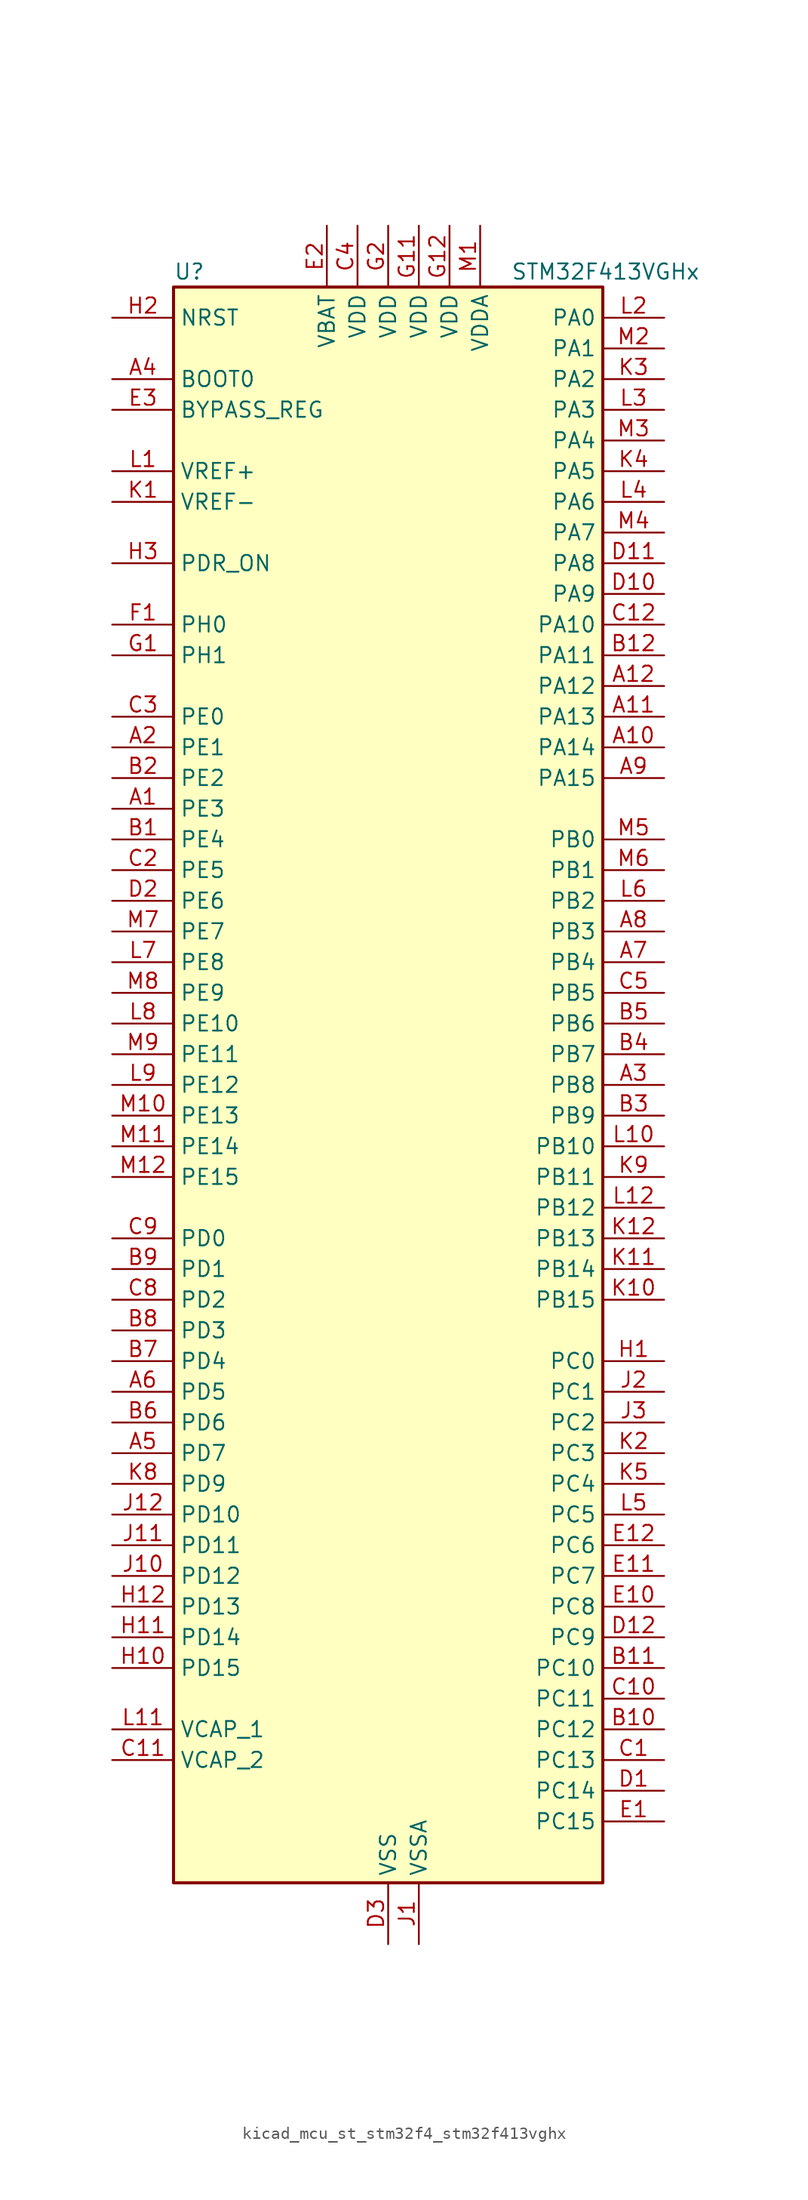
<source format=kicad_sym>
(kicad_symbol_lib
  (version 20220914)
  (generator kicad_symbol_editor)
  (symbol "kicad_mcu_st_stm32f4_stm32f413vghx"
    (property "Reference" "U"
      (at -17.78 67.31 0)
      (effects (font (size 1.27 1.27)) (justify left)))
    (property "Value" "STM32F413VGHx"
      (at 10.16 67.31 0)
      (effects (font (size 1.27 1.27)) (justify left)))
    (property "ki_locked" ""
      (at 0 0 0)
      (effects (font (size 1.27 1.27))))
    (symbol "kicad_mcu_st_stm32f4_stm32f413vghx_0_1"
      (rectangle (start -17.78 -66.04) (end 17.78 66.04) (stroke (width 0.254) (type default)) (fill (type background))))
    (symbol "kicad_mcu_st_stm32f4_stm32f413vghx_1_1"
      (pin bidirectional line (at -22.86 22.86 0) (length 5.08) (name "PE3" (effects (font (size 1.27 1.27)))) (number "A1" (effects (font (size 1.27 1.27)))) (alternate "FSMC_A19" bidirectional line) (alternate "SAI1_SD_B" bidirectional line) (alternate "SYS_TRACED0" bidirectional line) (alternate "UART10_TX" bidirectional line))
      (pin bidirectional line (at 22.86 27.94 180) (length 5.08) (name "PA14" (effects (font (size 1.27 1.27)))) (number "A10" (effects (font (size 1.27 1.27)))) (alternate "SYS_JTCK-SWCLK" bidirectional line))
      (pin bidirectional line (at 22.86 30.48 180) (length 5.08) (name "PA13" (effects (font (size 1.27 1.27)))) (number "A11" (effects (font (size 1.27 1.27)))) (alternate "SYS_JTMS-SWDIO" bidirectional line))
      (pin bidirectional line (at 22.86 33.02 180) (length 5.08) (name "PA12" (effects (font (size 1.27 1.27)))) (number "A12" (effects (font (size 1.27 1.27)))) (alternate "CAN1_TX" bidirectional line) (alternate "DFSDM2_DATIN5" bidirectional line) (alternate "SPI2_MISO" bidirectional line) (alternate "SPI5_MISO" bidirectional line) (alternate "TIM1_ETR" bidirectional line) (alternate "UART4_TX" bidirectional line) (alternate "USART1_RTS" bidirectional line) (alternate "USART6_RX" bidirectional line) (alternate "USB_OTG_FS_DP" bidirectional line))
      (pin bidirectional line (at -22.86 27.94 0) (length 5.08) (name "PE1" (effects (font (size 1.27 1.27)))) (number "A2" (effects (font (size 1.27 1.27)))) (alternate "DFSDM2_DATIN4" bidirectional line) (alternate "FSMC_NBL1" bidirectional line) (alternate "UART8_TX" bidirectional line))
      (pin bidirectional line (at 22.86 0 180) (length 5.08) (name "PB8" (effects (font (size 1.27 1.27)))) (number "A3" (effects (font (size 1.27 1.27)))) (alternate "CAN1_RX" bidirectional line) (alternate "DFSDM2_CKIN1" bidirectional line) (alternate "I2C1_SCL" bidirectional line) (alternate "I2C3_SDA" bidirectional line) (alternate "I2S5_SD" bidirectional line) (alternate "LPTIM1_OUT" bidirectional line) (alternate "SDIO_D4" bidirectional line) (alternate "SPI5_MOSI" bidirectional line) (alternate "TIM10_CH1" bidirectional line) (alternate "TIM4_CH3" bidirectional line) (alternate "UART5_RX" bidirectional line))
      (pin input line (at -22.86 58.42 0) (length 5.08) (name "BOOT0" (effects (font (size 1.27 1.27)))) (number "A4" (effects (font (size 1.27 1.27)))))
      (pin bidirectional line (at -22.86 -30.48 0) (length 5.08) (name "PD7" (effects (font (size 1.27 1.27)))) (number "A5" (effects (font (size 1.27 1.27)))) (alternate "DFSDM1_CKIN1" bidirectional line) (alternate "FSMC_NE1" bidirectional line) (alternate "USART2_CK" bidirectional line))
      (pin bidirectional line (at -22.86 -25.4 0) (length 5.08) (name "PD5" (effects (font (size 1.27 1.27)))) (number "A6" (effects (font (size 1.27 1.27)))) (alternate "DFSDM2_CKOUT" bidirectional line) (alternate "FSMC_NWE" bidirectional line) (alternate "USART2_TX" bidirectional line))
      (pin bidirectional line (at 22.86 10.16 180) (length 5.08) (name "PB4" (effects (font (size 1.27 1.27)))) (number "A7" (effects (font (size 1.27 1.27)))) (alternate "CAN3_TX" bidirectional line) (alternate "I2C3_SDA" bidirectional line) (alternate "I2S3_ext_SD" bidirectional line) (alternate "SAI1_SCK_A" bidirectional line) (alternate "SDIO_D0" bidirectional line) (alternate "SPI1_MISO" bidirectional line) (alternate "SPI3_MISO" bidirectional line) (alternate "SYS_JTRST" bidirectional line) (alternate "TIM3_CH1" bidirectional line) (alternate "UART7_TX" bidirectional line))
      (pin bidirectional line (at 22.86 12.7 180) (length 5.08) (name "PB3" (effects (font (size 1.27 1.27)))) (number "A8" (effects (font (size 1.27 1.27)))) (alternate "CAN3_RX" bidirectional line) (alternate "FMPI2C1_SDA" bidirectional line) (alternate "I2C2_SDA" bidirectional line) (alternate "I2S1_CK" bidirectional line) (alternate "I2S3_CK" bidirectional line) (alternate "SAI1_SD_A" bidirectional line) (alternate "SPI1_SCK" bidirectional line) (alternate "SPI3_SCK" bidirectional line) (alternate "SYS_JTDO-SWO" bidirectional line) (alternate "TIM2_CH2" bidirectional line) (alternate "UART7_RX" bidirectional line) (alternate "USART1_RX" bidirectional line))
      (pin bidirectional line (at 22.86 25.4 180) (length 5.08) (name "PA15" (effects (font (size 1.27 1.27)))) (number "A9" (effects (font (size 1.27 1.27)))) (alternate "ADC1_EXTI15" bidirectional line) (alternate "CAN3_TX" bidirectional line) (alternate "I2S1_WS" bidirectional line) (alternate "I2S3_WS" bidirectional line) (alternate "SAI1_MCLK_A" bidirectional line) (alternate "SPI1_NSS" bidirectional line) (alternate "SPI3_NSS" bidirectional line) (alternate "SYS_JTDI" bidirectional line) (alternate "TIM2_CH1" bidirectional line) (alternate "TIM2_ETR" bidirectional line) (alternate "UART7_TX" bidirectional line) (alternate "USART1_TX" bidirectional line))
      (pin bidirectional line (at -22.86 20.32 0) (length 5.08) (name "PE4" (effects (font (size 1.27 1.27)))) (number "B1" (effects (font (size 1.27 1.27)))) (alternate "DFSDM1_DATIN3" bidirectional line) (alternate "FSMC_A20" bidirectional line) (alternate "I2S4_WS" bidirectional line) (alternate "I2S5_WS" bidirectional line) (alternate "SAI1_SD_A" bidirectional line) (alternate "SPI4_NSS" bidirectional line) (alternate "SPI5_NSS" bidirectional line) (alternate "SYS_TRACED1" bidirectional line))
      (pin bidirectional line (at 22.86 -53.34 180) (length 5.08) (name "PC12" (effects (font (size 1.27 1.27)))) (number "B10" (effects (font (size 1.27 1.27)))) (alternate "FSMC_D3" bidirectional line) (alternate "FSMC_DA3" bidirectional line) (alternate "I2S3_SD" bidirectional line) (alternate "SDIO_CK" bidirectional line) (alternate "SPI3_MOSI" bidirectional line) (alternate "UART5_TX" bidirectional line) (alternate "USART3_CK" bidirectional line))
      (pin bidirectional line (at 22.86 -48.26 180) (length 5.08) (name "PC10" (effects (font (size 1.27 1.27)))) (number "B11" (effects (font (size 1.27 1.27)))) (alternate "DFSDM2_CKIN5" bidirectional line) (alternate "I2S3_CK" bidirectional line) (alternate "QUADSPI_BK1_IO1" bidirectional line) (alternate "SDIO_D2" bidirectional line) (alternate "SPI3_SCK" bidirectional line) (alternate "USART3_TX" bidirectional line))
      (pin bidirectional line (at 22.86 35.56 180) (length 5.08) (name "PA11" (effects (font (size 1.27 1.27)))) (number "B12" (effects (font (size 1.27 1.27)))) (alternate "ADC1_EXTI11" bidirectional line) (alternate "CAN1_RX" bidirectional line) (alternate "DFSDM2_CKIN5" bidirectional line) (alternate "I2S2_WS" bidirectional line) (alternate "SPI2_NSS" bidirectional line) (alternate "SPI4_MISO" bidirectional line) (alternate "TIM1_CH4" bidirectional line) (alternate "UART4_RX" bidirectional line) (alternate "USART1_CTS" bidirectional line) (alternate "USART6_TX" bidirectional line) (alternate "USB_OTG_FS_DM" bidirectional line))
      (pin bidirectional line (at -22.86 25.4 0) (length 5.08) (name "PE2" (effects (font (size 1.27 1.27)))) (number "B2" (effects (font (size 1.27 1.27)))) (alternate "FSMC_A23" bidirectional line) (alternate "I2S4_CK" bidirectional line) (alternate "I2S5_CK" bidirectional line) (alternate "QUADSPI_BK1_IO2" bidirectional line) (alternate "SAI1_MCLK_A" bidirectional line) (alternate "SPI4_SCK" bidirectional line) (alternate "SPI5_SCK" bidirectional line) (alternate "SYS_TRACECLK" bidirectional line) (alternate "UART10_RX" bidirectional line))
      (pin bidirectional line (at 22.86 -2.54 180) (length 5.08) (name "PB9" (effects (font (size 1.27 1.27)))) (number "B3" (effects (font (size 1.27 1.27)))) (alternate "CAN1_TX" bidirectional line) (alternate "DAC_EXTI9" bidirectional line) (alternate "DFSDM2_DATIN1" bidirectional line) (alternate "I2C1_SDA" bidirectional line) (alternate "I2C2_SDA" bidirectional line) (alternate "I2S2_WS" bidirectional line) (alternate "SDIO_D5" bidirectional line) (alternate "SPI2_NSS" bidirectional line) (alternate "TIM11_CH1" bidirectional line) (alternate "TIM4_CH4" bidirectional line) (alternate "UART5_TX" bidirectional line))
      (pin bidirectional line (at 22.86 2.54 180) (length 5.08) (name "PB7" (effects (font (size 1.27 1.27)))) (number "B4" (effects (font (size 1.27 1.27)))) (alternate "DFSDM2_DATIN7" bidirectional line) (alternate "FSMC_NL" bidirectional line) (alternate "I2C1_SDA" bidirectional line) (alternate "LPTIM1_IN2" bidirectional line) (alternate "TIM4_CH2" bidirectional line) (alternate "USART1_RX" bidirectional line))
      (pin bidirectional line (at 22.86 5.08 180) (length 5.08) (name "PB6" (effects (font (size 1.27 1.27)))) (number "B5" (effects (font (size 1.27 1.27)))) (alternate "CAN2_TX" bidirectional line) (alternate "DFSDM2_CKIN7" bidirectional line) (alternate "I2C1_SCL" bidirectional line) (alternate "LPTIM1_ETR" bidirectional line) (alternate "QUADSPI_BK1_NCS" bidirectional line) (alternate "SDIO_D0" bidirectional line) (alternate "TIM4_CH1" bidirectional line) (alternate "UART5_TX" bidirectional line) (alternate "USART1_TX" bidirectional line))
      (pin bidirectional line (at -22.86 -27.94 0) (length 5.08) (name "PD6" (effects (font (size 1.27 1.27)))) (number "B6" (effects (font (size 1.27 1.27)))) (alternate "DFSDM1_DATIN1" bidirectional line) (alternate "FSMC_NWAIT" bidirectional line) (alternate "I2S3_SD" bidirectional line) (alternate "SPI3_MOSI" bidirectional line) (alternate "USART2_RX" bidirectional line))
      (pin bidirectional line (at -22.86 -22.86 0) (length 5.08) (name "PD4" (effects (font (size 1.27 1.27)))) (number "B7" (effects (font (size 1.27 1.27)))) (alternate "DFSDM1_CKIN0" bidirectional line) (alternate "FSMC_NOE" bidirectional line) (alternate "USART2_RTS" bidirectional line))
      (pin bidirectional line (at -22.86 -20.32 0) (length 5.08) (name "PD3" (effects (font (size 1.27 1.27)))) (number "B8" (effects (font (size 1.27 1.27)))) (alternate "DFSDM1_DATIN0" bidirectional line) (alternate "FSMC_CLK" bidirectional line) (alternate "I2S2_CK" bidirectional line) (alternate "QUADSPI_CLK" bidirectional line) (alternate "SPI2_SCK" bidirectional line) (alternate "SYS_TRACED1" bidirectional line) (alternate "USART2_CTS" bidirectional line))
      (pin bidirectional line (at -22.86 -15.24 0) (length 5.08) (name "PD1" (effects (font (size 1.27 1.27)))) (number "B9" (effects (font (size 1.27 1.27)))) (alternate "CAN1_TX" bidirectional line) (alternate "DFSDM2_DATIN6" bidirectional line) (alternate "FSMC_D3" bidirectional line) (alternate "FSMC_DA3" bidirectional line) (alternate "UART4_TX" bidirectional line))
      (pin bidirectional line (at 22.86 -55.88 180) (length 5.08) (name "PC13" (effects (font (size 1.27 1.27)))) (number "C1" (effects (font (size 1.27 1.27)))) (alternate "RTC_AF1" bidirectional line))
      (pin bidirectional line (at 22.86 -50.8 180) (length 5.08) (name "PC11" (effects (font (size 1.27 1.27)))) (number "C10" (effects (font (size 1.27 1.27)))) (alternate "ADC1_EXTI11" bidirectional line) (alternate "DFSDM2_DATIN5" bidirectional line) (alternate "FSMC_D2" bidirectional line) (alternate "FSMC_DA2" bidirectional line) (alternate "I2S3_ext_SD" bidirectional line) (alternate "QUADSPI_BK2_NCS" bidirectional line) (alternate "SDIO_D3" bidirectional line) (alternate "SPI3_MISO" bidirectional line) (alternate "UART4_RX" bidirectional line) (alternate "USART3_RX" bidirectional line))
      (pin power_out line (at -22.86 -55.88 0) (length 5.08) (name "VCAP_2" (effects (font (size 1.27 1.27)))) (number "C11" (effects (font (size 1.27 1.27)))))
      (pin bidirectional line (at 22.86 38.1 180) (length 5.08) (name "PA10" (effects (font (size 1.27 1.27)))) (number "C12" (effects (font (size 1.27 1.27)))) (alternate "DFSDM2_DATIN3" bidirectional line) (alternate "I2S2_SD" bidirectional line) (alternate "I2S5_SD" bidirectional line) (alternate "SPI2_MOSI" bidirectional line) (alternate "SPI5_MOSI" bidirectional line) (alternate "TIM1_CH3" bidirectional line) (alternate "USART1_RX" bidirectional line) (alternate "USB_OTG_FS_ID" bidirectional line))
      (pin bidirectional line (at -22.86 17.78 0) (length 5.08) (name "PE5" (effects (font (size 1.27 1.27)))) (number "C2" (effects (font (size 1.27 1.27)))) (alternate "DFSDM1_CKIN3" bidirectional line) (alternate "FSMC_A21" bidirectional line) (alternate "SAI1_SCK_A" bidirectional line) (alternate "SPI4_MISO" bidirectional line) (alternate "SPI5_MISO" bidirectional line) (alternate "SYS_TRACED2" bidirectional line) (alternate "TIM9_CH1" bidirectional line))
      (pin bidirectional line (at -22.86 30.48 0) (length 5.08) (name "PE0" (effects (font (size 1.27 1.27)))) (number "C3" (effects (font (size 1.27 1.27)))) (alternate "DFSDM2_CKIN4" bidirectional line) (alternate "FSMC_NBL0" bidirectional line) (alternate "TIM4_ETR" bidirectional line) (alternate "UART8_RX" bidirectional line))
      (pin power_in line (at -2.54 71.12 270) (length 5.08) (name "VDD" (effects (font (size 1.27 1.27)))) (number "C4" (effects (font (size 1.27 1.27)))))
      (pin bidirectional line (at 22.86 7.62 180) (length 5.08) (name "PB5" (effects (font (size 1.27 1.27)))) (number "C5" (effects (font (size 1.27 1.27)))) (alternate "CAN2_RX" bidirectional line) (alternate "I2C1_SMBA" bidirectional line) (alternate "I2S1_SD" bidirectional line) (alternate "I2S3_SD" bidirectional line) (alternate "LPTIM1_IN1" bidirectional line) (alternate "SAI1_FS_A" bidirectional line) (alternate "SDIO_D3" bidirectional line) (alternate "SPI1_MOSI" bidirectional line) (alternate "SPI3_MOSI" bidirectional line) (alternate "TIM3_CH2" bidirectional line) (alternate "UART5_RX" bidirectional line))
      (pin bidirectional line (at -22.86 -17.78 0) (length 5.08) (name "PD2" (effects (font (size 1.27 1.27)))) (number "C8" (effects (font (size 1.27 1.27)))) (alternate "DFSDM2_CKOUT" bidirectional line) (alternate "FSMC_NWE" bidirectional line) (alternate "SDIO_CMD" bidirectional line) (alternate "TIM3_ETR" bidirectional line) (alternate "UART5_RX" bidirectional line))
      (pin bidirectional line (at -22.86 -12.7 0) (length 5.08) (name "PD0" (effects (font (size 1.27 1.27)))) (number "C9" (effects (font (size 1.27 1.27)))) (alternate "CAN1_RX" bidirectional line) (alternate "DFSDM2_CKIN6" bidirectional line) (alternate "FSMC_D2" bidirectional line) (alternate "FSMC_DA2" bidirectional line) (alternate "UART4_RX" bidirectional line))
      (pin bidirectional line (at 22.86 -58.42 180) (length 5.08) (name "PC14" (effects (font (size 1.27 1.27)))) (number "D1" (effects (font (size 1.27 1.27)))) (alternate "RCC_OSC32_IN" bidirectional line))
      (pin bidirectional line (at 22.86 40.64 180) (length 5.08) (name "PA9" (effects (font (size 1.27 1.27)))) (number "D10" (effects (font (size 1.27 1.27)))) (alternate "DAC_EXTI9" bidirectional line) (alternate "DFSDM2_CKIN3" bidirectional line) (alternate "I2C3_SMBA" bidirectional line) (alternate "I2S2_CK" bidirectional line) (alternate "SDIO_D2" bidirectional line) (alternate "SPI2_SCK" bidirectional line) (alternate "TIM1_CH2" bidirectional line) (alternate "USART1_TX" bidirectional line) (alternate "USB_OTG_FS_VBUS" bidirectional line))
      (pin bidirectional line (at 22.86 43.18 180) (length 5.08) (name "PA8" (effects (font (size 1.27 1.27)))) (number "D11" (effects (font (size 1.27 1.27)))) (alternate "CAN3_RX" bidirectional line) (alternate "DFSDM1_CKOUT" bidirectional line) (alternate "I2C3_SCL" bidirectional line) (alternate "RCC_MCO_1" bidirectional line) (alternate "SDIO_D1" bidirectional line) (alternate "TIM1_CH1" bidirectional line) (alternate "UART7_RX" bidirectional line) (alternate "USART1_CK" bidirectional line) (alternate "USB_OTG_FS_SOF" bidirectional line))
      (pin bidirectional line (at 22.86 -45.72 180) (length 5.08) (name "PC9" (effects (font (size 1.27 1.27)))) (number "D12" (effects (font (size 1.27 1.27)))) (alternate "DAC_EXTI9" bidirectional line) (alternate "DFSDM2_DATIN3" bidirectional line) (alternate "I2C3_SDA" bidirectional line) (alternate "I2S_CKIN" bidirectional line) (alternate "QUADSPI_BK1_IO0" bidirectional line) (alternate "RCC_MCO_2" bidirectional line) (alternate "SDIO_D1" bidirectional line) (alternate "TIM3_CH4" bidirectional line) (alternate "TIM8_CH4" bidirectional line))
      (pin bidirectional line (at -22.86 15.24 0) (length 5.08) (name "PE6" (effects (font (size 1.27 1.27)))) (number "D2" (effects (font (size 1.27 1.27)))) (alternate "FSMC_A22" bidirectional line) (alternate "I2S4_SD" bidirectional line) (alternate "I2S5_SD" bidirectional line) (alternate "SAI1_FS_A" bidirectional line) (alternate "SPI4_MOSI" bidirectional line) (alternate "SPI5_MOSI" bidirectional line) (alternate "SYS_TRACED3" bidirectional line) (alternate "TIM9_CH2" bidirectional line))
      (pin power_in line (at 0 -71.12 90) (length 5.08) (name "VSS" (effects (font (size 1.27 1.27)))) (number "D3" (effects (font (size 1.27 1.27)))))
      (pin bidirectional line (at 22.86 -60.96 180) (length 5.08) (name "PC15" (effects (font (size 1.27 1.27)))) (number "E1" (effects (font (size 1.27 1.27)))) (alternate "ADC1_EXTI15" bidirectional line) (alternate "RCC_OSC32_OUT" bidirectional line))
      (pin bidirectional line (at 22.86 -43.18 180) (length 5.08) (name "PC8" (effects (font (size 1.27 1.27)))) (number "E10" (effects (font (size 1.27 1.27)))) (alternate "DFSDM2_CKIN3" bidirectional line) (alternate "QUADSPI_BK1_IO2" bidirectional line) (alternate "SDIO_D0" bidirectional line) (alternate "TIM3_CH3" bidirectional line) (alternate "TIM8_CH3" bidirectional line) (alternate "USART6_CK" bidirectional line))
      (pin bidirectional line (at 22.86 -40.64 180) (length 5.08) (name "PC7" (effects (font (size 1.27 1.27)))) (number "E11" (effects (font (size 1.27 1.27)))) (alternate "DFSDM1_DATIN3" bidirectional line) (alternate "DFSDM2_CKIN6" bidirectional line) (alternate "FMPI2C1_SDA" bidirectional line) (alternate "I2S2_CK" bidirectional line) (alternate "I2S3_MCK" bidirectional line) (alternate "SDIO_D7" bidirectional line) (alternate "SPI2_SCK" bidirectional line) (alternate "TIM3_CH2" bidirectional line) (alternate "TIM8_CH2" bidirectional line) (alternate "USART6_RX" bidirectional line))
      (pin bidirectional line (at 22.86 -38.1 180) (length 5.08) (name "PC6" (effects (font (size 1.27 1.27)))) (number "E12" (effects (font (size 1.27 1.27)))) (alternate "DFSDM1_CKIN3" bidirectional line) (alternate "DFSDM2_DATIN6" bidirectional line) (alternate "FMPI2C1_SCL" bidirectional line) (alternate "FSMC_D1" bidirectional line) (alternate "FSMC_DA1" bidirectional line) (alternate "I2S2_MCK" bidirectional line) (alternate "SDIO_D6" bidirectional line) (alternate "TIM3_CH1" bidirectional line) (alternate "TIM8_CH1" bidirectional line) (alternate "USART6_TX" bidirectional line))
      (pin power_in line (at -5.08 71.12 270) (length 5.08) (name "VBAT" (effects (font (size 1.27 1.27)))) (number "E2" (effects (font (size 1.27 1.27)))))
      (pin input line (at -22.86 55.88 0) (length 5.08) (name "BYPASS_REG" (effects (font (size 1.27 1.27)))) (number "E3" (effects (font (size 1.27 1.27)))))
      (pin bidirectional line (at -22.86 38.1 0) (length 5.08) (name "PH0" (effects (font (size 1.27 1.27)))) (number "F1" (effects (font (size 1.27 1.27)))) (alternate "RCC_OSC_IN" bidirectional line))
      (pin passive line (at 0 -71.12 90) (length 5.08) hide (name "VSS" (effects (font (size 1.27 1.27)))) (number "F11" (effects (font (size 1.27 1.27)))))
      (pin passive line (at 0 -71.12 90) (length 5.08) hide (name "VSS" (effects (font (size 1.27 1.27)))) (number "F12" (effects (font (size 1.27 1.27)))))
      (pin passive line (at 0 -71.12 90) (length 5.08) hide (name "VSS" (effects (font (size 1.27 1.27)))) (number "F2" (effects (font (size 1.27 1.27)))))
      (pin bidirectional line (at -22.86 35.56 0) (length 5.08) (name "PH1" (effects (font (size 1.27 1.27)))) (number "G1" (effects (font (size 1.27 1.27)))) (alternate "RCC_OSC_OUT" bidirectional line))
      (pin power_in line (at 2.54 71.12 270) (length 5.08) (name "VDD" (effects (font (size 1.27 1.27)))) (number "G11" (effects (font (size 1.27 1.27)))))
      (pin power_in line (at 5.08 71.12 270) (length 5.08) (name "VDD" (effects (font (size 1.27 1.27)))) (number "G12" (effects (font (size 1.27 1.27)))))
      (pin power_in line (at 0 71.12 270) (length 5.08) (name "VDD" (effects (font (size 1.27 1.27)))) (number "G2" (effects (font (size 1.27 1.27)))))
      (pin bidirectional line (at 22.86 -22.86 180) (length 5.08) (name "PC0" (effects (font (size 1.27 1.27)))) (number "H1" (effects (font (size 1.27 1.27)))) (alternate "ADC1_IN10" bidirectional line) (alternate "DFSDM2_CKIN4" bidirectional line) (alternate "LPTIM1_IN1" bidirectional line) (alternate "SAI1_MCLK_B" bidirectional line) (alternate "SYS_WKUP2" bidirectional line))
      (pin bidirectional line (at -22.86 -48.26 0) (length 5.08) (name "PD15" (effects (font (size 1.27 1.27)))) (number "H10" (effects (font (size 1.27 1.27)))) (alternate "ADC1_EXTI15" bidirectional line) (alternate "DFSDM2_DATIN0" bidirectional line) (alternate "FMPI2C1_SDA" bidirectional line) (alternate "FSMC_D1" bidirectional line) (alternate "FSMC_DA1" bidirectional line) (alternate "TIM4_CH4" bidirectional line) (alternate "UART9_TX" bidirectional line))
      (pin bidirectional line (at -22.86 -45.72 0) (length 5.08) (name "PD14" (effects (font (size 1.27 1.27)))) (number "H11" (effects (font (size 1.27 1.27)))) (alternate "DFSDM2_CKIN0" bidirectional line) (alternate "FMPI2C1_SCL" bidirectional line) (alternate "FSMC_D0" bidirectional line) (alternate "FSMC_DA0" bidirectional line) (alternate "TIM4_CH3" bidirectional line) (alternate "UART9_RX" bidirectional line))
      (pin bidirectional line (at -22.86 -43.18 0) (length 5.08) (name "PD13" (effects (font (size 1.27 1.27)))) (number "H12" (effects (font (size 1.27 1.27)))) (alternate "FMPI2C1_SDA" bidirectional line) (alternate "FSMC_A18" bidirectional line) (alternate "QUADSPI_BK1_IO3" bidirectional line) (alternate "TIM4_CH2" bidirectional line))
      (pin input line (at -22.86 63.5 0) (length 5.08) (name "NRST" (effects (font (size 1.27 1.27)))) (number "H2" (effects (font (size 1.27 1.27)))))
      (pin input line (at -22.86 43.18 0) (length 5.08) (name "PDR_ON" (effects (font (size 1.27 1.27)))) (number "H3" (effects (font (size 1.27 1.27)))))
      (pin power_in line (at 2.54 -71.12 90) (length 5.08) (name "VSSA" (effects (font (size 1.27 1.27)))) (number "J1" (effects (font (size 1.27 1.27)))))
      (pin bidirectional line (at -22.86 -40.64 0) (length 5.08) (name "PD12" (effects (font (size 1.27 1.27)))) (number "J10" (effects (font (size 1.27 1.27)))) (alternate "DFSDM2_CKIN2" bidirectional line) (alternate "FMPI2C1_SCL" bidirectional line) (alternate "FSMC_A17" bidirectional line) (alternate "QUADSPI_BK1_IO1" bidirectional line) (alternate "TIM4_CH1" bidirectional line) (alternate "USART3_RTS" bidirectional line))
      (pin bidirectional line (at -22.86 -38.1 0) (length 5.08) (name "PD11" (effects (font (size 1.27 1.27)))) (number "J11" (effects (font (size 1.27 1.27)))) (alternate "ADC1_EXTI11" bidirectional line) (alternate "DFSDM2_DATIN2" bidirectional line) (alternate "FMPI2C1_SMBA" bidirectional line) (alternate "FSMC_A16" bidirectional line) (alternate "QUADSPI_BK1_IO0" bidirectional line) (alternate "USART3_CTS" bidirectional line))
      (pin bidirectional line (at -22.86 -35.56 0) (length 5.08) (name "PD10" (effects (font (size 1.27 1.27)))) (number "J12" (effects (font (size 1.27 1.27)))) (alternate "FSMC_D15" bidirectional line) (alternate "FSMC_DA15" bidirectional line) (alternate "UART4_TX" bidirectional line) (alternate "USART3_CK" bidirectional line))
      (pin bidirectional line (at 22.86 -25.4 180) (length 5.08) (name "PC1" (effects (font (size 1.27 1.27)))) (number "J2" (effects (font (size 1.27 1.27)))) (alternate "ADC1_IN11" bidirectional line) (alternate "DFSDM2_DATIN4" bidirectional line) (alternate "LPTIM1_OUT" bidirectional line) (alternate "SAI1_SD_B" bidirectional line) (alternate "SYS_WKUP3" bidirectional line))
      (pin bidirectional line (at 22.86 -27.94 180) (length 5.08) (name "PC2" (effects (font (size 1.27 1.27)))) (number "J3" (effects (font (size 1.27 1.27)))) (alternate "ADC1_IN12" bidirectional line) (alternate "DFSDM1_CKOUT" bidirectional line) (alternate "DFSDM2_DATIN7" bidirectional line) (alternate "FSMC_NWE" bidirectional line) (alternate "I2S2_ext_SD" bidirectional line) (alternate "LPTIM1_IN2" bidirectional line) (alternate "SAI1_SCK_B" bidirectional line) (alternate "SPI2_MISO" bidirectional line))
      (pin input line (at -22.86 48.26 0) (length 5.08) (name "VREF-" (effects (font (size 1.27 1.27)))) (number "K1" (effects (font (size 1.27 1.27)))))
      (pin bidirectional line (at 22.86 -17.78 180) (length 5.08) (name "PB15" (effects (font (size 1.27 1.27)))) (number "K10" (effects (font (size 1.27 1.27)))) (alternate "ADC1_EXTI15" bidirectional line) (alternate "DFSDM1_CKIN2" bidirectional line) (alternate "FMPI2C1_SCL" bidirectional line) (alternate "I2S2_SD" bidirectional line) (alternate "RTC_REFIN" bidirectional line) (alternate "SDIO_CK" bidirectional line) (alternate "SPI2_MOSI" bidirectional line) (alternate "TIM12_CH2" bidirectional line) (alternate "TIM1_CH3N" bidirectional line) (alternate "TIM8_CH3N" bidirectional line))
      (pin bidirectional line (at 22.86 -15.24 180) (length 5.08) (name "PB14" (effects (font (size 1.27 1.27)))) (number "K11" (effects (font (size 1.27 1.27)))) (alternate "DFSDM1_DATIN2" bidirectional line) (alternate "FMPI2C1_SDA" bidirectional line) (alternate "FSMC_D0" bidirectional line) (alternate "FSMC_DA0" bidirectional line) (alternate "I2S2_ext_SD" bidirectional line) (alternate "SDIO_D6" bidirectional line) (alternate "SPI2_MISO" bidirectional line) (alternate "TIM12_CH1" bidirectional line) (alternate "TIM1_CH2N" bidirectional line) (alternate "TIM8_CH2N" bidirectional line) (alternate "USART3_RTS" bidirectional line))
      (pin bidirectional line (at 22.86 -12.7 180) (length 5.08) (name "PB13" (effects (font (size 1.27 1.27)))) (number "K12" (effects (font (size 1.27 1.27)))) (alternate "CAN2_TX" bidirectional line) (alternate "DFSDM1_CKIN1" bidirectional line) (alternate "FMPI2C1_SMBA" bidirectional line) (alternate "I2S2_CK" bidirectional line) (alternate "I2S4_CK" bidirectional line) (alternate "SPI2_SCK" bidirectional line) (alternate "SPI4_SCK" bidirectional line) (alternate "TIM1_CH1N" bidirectional line) (alternate "UART5_TX" bidirectional line) (alternate "USART3_CTS" bidirectional line))
      (pin bidirectional line (at 22.86 -30.48 180) (length 5.08) (name "PC3" (effects (font (size 1.27 1.27)))) (number "K2" (effects (font (size 1.27 1.27)))) (alternate "ADC1_IN13" bidirectional line) (alternate "DFSDM2_CKIN7" bidirectional line) (alternate "FSMC_A0" bidirectional line) (alternate "I2S2_SD" bidirectional line) (alternate "LPTIM1_ETR" bidirectional line) (alternate "SAI1_FS_B" bidirectional line) (alternate "SPI2_MOSI" bidirectional line))
      (pin bidirectional line (at 22.86 58.42 180) (length 5.08) (name "PA2" (effects (font (size 1.27 1.27)))) (number "K3" (effects (font (size 1.27 1.27)))) (alternate "ADC1_IN2" bidirectional line) (alternate "FSMC_D4" bidirectional line) (alternate "FSMC_DA4" bidirectional line) (alternate "I2S_CKIN" bidirectional line) (alternate "TIM2_CH3" bidirectional line) (alternate "TIM5_CH3" bidirectional line) (alternate "TIM9_CH1" bidirectional line) (alternate "USART2_TX" bidirectional line))
      (pin bidirectional line (at 22.86 50.8 180) (length 5.08) (name "PA5" (effects (font (size 1.27 1.27)))) (number "K4" (effects (font (size 1.27 1.27)))) (alternate "ADC1_IN5" bidirectional line) (alternate "DAC_OUT2" bidirectional line) (alternate "DFSDM1_CKIN1" bidirectional line) (alternate "FSMC_D7" bidirectional line) (alternate "FSMC_DA7" bidirectional line) (alternate "I2S1_CK" bidirectional line) (alternate "SPI1_SCK" bidirectional line) (alternate "TIM2_CH1" bidirectional line) (alternate "TIM2_ETR" bidirectional line) (alternate "TIM8_CH1N" bidirectional line))
      (pin bidirectional line (at 22.86 -33.02 180) (length 5.08) (name "PC4" (effects (font (size 1.27 1.27)))) (number "K5" (effects (font (size 1.27 1.27)))) (alternate "ADC1_IN14" bidirectional line) (alternate "DFSDM2_CKIN2" bidirectional line) (alternate "FSMC_NE4" bidirectional line) (alternate "I2S1_MCK" bidirectional line) (alternate "QUADSPI_BK2_IO2" bidirectional line))
      (pin bidirectional line (at -22.86 -33.02 0) (length 5.08) (name "PD9" (effects (font (size 1.27 1.27)))) (number "K8" (effects (font (size 1.27 1.27)))) (alternate "DAC_EXTI9" bidirectional line) (alternate "FSMC_D14" bidirectional line) (alternate "FSMC_DA14" bidirectional line) (alternate "USART3_RX" bidirectional line))
      (pin bidirectional line (at 22.86 -7.62 180) (length 5.08) (name "PB11" (effects (font (size 1.27 1.27)))) (number "K9" (effects (font (size 1.27 1.27)))) (alternate "ADC1_EXTI11" bidirectional line) (alternate "I2C2_SDA" bidirectional line) (alternate "I2S_CKIN" bidirectional line) (alternate "TIM2_CH4" bidirectional line) (alternate "USART3_RX" bidirectional line))
      (pin input line (at -22.86 50.8 0) (length 5.08) (name "VREF+" (effects (font (size 1.27 1.27)))) (number "L1" (effects (font (size 1.27 1.27)))))
      (pin bidirectional line (at 22.86 -5.08 180) (length 5.08) (name "PB10" (effects (font (size 1.27 1.27)))) (number "L10" (effects (font (size 1.27 1.27)))) (alternate "DFSDM2_CKOUT" bidirectional line) (alternate "FMPI2C1_SCL" bidirectional line) (alternate "I2C2_SCL" bidirectional line) (alternate "I2S2_CK" bidirectional line) (alternate "I2S3_MCK" bidirectional line) (alternate "SDIO_D7" bidirectional line) (alternate "SPI2_SCK" bidirectional line) (alternate "TIM2_CH3" bidirectional line) (alternate "USART3_TX" bidirectional line))
      (pin power_out line (at -22.86 -53.34 0) (length 5.08) (name "VCAP_1" (effects (font (size 1.27 1.27)))) (number "L11" (effects (font (size 1.27 1.27)))))
      (pin bidirectional line (at 22.86 -10.16 180) (length 5.08) (name "PB12" (effects (font (size 1.27 1.27)))) (number "L12" (effects (font (size 1.27 1.27)))) (alternate "CAN2_RX" bidirectional line) (alternate "DFSDM1_DATIN1" bidirectional line) (alternate "FSMC_D13" bidirectional line) (alternate "FSMC_DA13" bidirectional line) (alternate "I2C2_SMBA" bidirectional line) (alternate "I2S2_WS" bidirectional line) (alternate "I2S3_CK" bidirectional line) (alternate "I2S4_WS" bidirectional line) (alternate "SPI2_NSS" bidirectional line) (alternate "SPI3_SCK" bidirectional line) (alternate "SPI4_NSS" bidirectional line) (alternate "TIM1_BKIN" bidirectional line) (alternate "UART5_RX" bidirectional line) (alternate "USART3_CK" bidirectional line))
      (pin bidirectional line (at 22.86 63.5 180) (length 5.08) (name "PA0" (effects (font (size 1.27 1.27)))) (number "L2" (effects (font (size 1.27 1.27)))) (alternate "ADC1_IN0" bidirectional line) (alternate "SYS_WKUP1" bidirectional line) (alternate "TIM2_CH1" bidirectional line) (alternate "TIM2_ETR" bidirectional line) (alternate "TIM5_CH1" bidirectional line) (alternate "TIM8_ETR" bidirectional line) (alternate "UART4_TX" bidirectional line) (alternate "USART2_CTS" bidirectional line))
      (pin bidirectional line (at 22.86 55.88 180) (length 5.08) (name "PA3" (effects (font (size 1.27 1.27)))) (number "L3" (effects (font (size 1.27 1.27)))) (alternate "ADC1_IN3" bidirectional line) (alternate "FSMC_D5" bidirectional line) (alternate "FSMC_DA5" bidirectional line) (alternate "I2S2_MCK" bidirectional line) (alternate "SAI1_SD_B" bidirectional line) (alternate "TIM2_CH4" bidirectional line) (alternate "TIM5_CH4" bidirectional line) (alternate "TIM9_CH2" bidirectional line) (alternate "USART2_RX" bidirectional line))
      (pin bidirectional line (at 22.86 48.26 180) (length 5.08) (name "PA6" (effects (font (size 1.27 1.27)))) (number "L4" (effects (font (size 1.27 1.27)))) (alternate "ADC1_IN6" bidirectional line) (alternate "DFSDM2_CKIN1" bidirectional line) (alternate "I2S2_MCK" bidirectional line) (alternate "QUADSPI_BK2_IO0" bidirectional line) (alternate "SDIO_CMD" bidirectional line) (alternate "SPI1_MISO" bidirectional line) (alternate "TIM13_CH1" bidirectional line) (alternate "TIM1_BKIN" bidirectional line) (alternate "TIM3_CH1" bidirectional line) (alternate "TIM8_BKIN" bidirectional line))
      (pin bidirectional line (at 22.86 -35.56 180) (length 5.08) (name "PC5" (effects (font (size 1.27 1.27)))) (number "L5" (effects (font (size 1.27 1.27)))) (alternate "ADC1_IN15" bidirectional line) (alternate "DFSDM2_DATIN2" bidirectional line) (alternate "FMPI2C1_SMBA" bidirectional line) (alternate "FSMC_NOE" bidirectional line) (alternate "QUADSPI_BK2_IO3" bidirectional line) (alternate "USART3_RX" bidirectional line))
      (pin bidirectional line (at 22.86 15.24 180) (length 5.08) (name "PB2" (effects (font (size 1.27 1.27)))) (number "L6" (effects (font (size 1.27 1.27)))) (alternate "DFSDM1_CKIN0" bidirectional line) (alternate "LPTIM1_OUT" bidirectional line) (alternate "QUADSPI_CLK" bidirectional line))
      (pin bidirectional line (at -22.86 10.16 0) (length 5.08) (name "PE8" (effects (font (size 1.27 1.27)))) (number "L7" (effects (font (size 1.27 1.27)))) (alternate "DFSDM1_CKIN2" bidirectional line) (alternate "FSMC_D5" bidirectional line) (alternate "FSMC_DA5" bidirectional line) (alternate "QUADSPI_BK2_IO1" bidirectional line) (alternate "TIM1_CH1N" bidirectional line) (alternate "UART7_TX" bidirectional line))
      (pin bidirectional line (at -22.86 5.08 0) (length 5.08) (name "PE10" (effects (font (size 1.27 1.27)))) (number "L8" (effects (font (size 1.27 1.27)))) (alternate "DFSDM2_DATIN0" bidirectional line) (alternate "FSMC_D7" bidirectional line) (alternate "FSMC_DA7" bidirectional line) (alternate "QUADSPI_BK2_IO3" bidirectional line) (alternate "TIM1_CH2N" bidirectional line))
      (pin bidirectional line (at -22.86 0 0) (length 5.08) (name "PE12" (effects (font (size 1.27 1.27)))) (number "L9" (effects (font (size 1.27 1.27)))) (alternate "DFSDM2_DATIN7" bidirectional line) (alternate "FSMC_D9" bidirectional line) (alternate "FSMC_DA9" bidirectional line) (alternate "I2S4_CK" bidirectional line) (alternate "I2S5_CK" bidirectional line) (alternate "SPI4_SCK" bidirectional line) (alternate "SPI5_SCK" bidirectional line) (alternate "TIM1_CH3N" bidirectional line))
      (pin power_in line (at 7.62 71.12 270) (length 5.08) (name "VDDA" (effects (font (size 1.27 1.27)))) (number "M1" (effects (font (size 1.27 1.27)))))
      (pin bidirectional line (at -22.86 -2.54 0) (length 5.08) (name "PE13" (effects (font (size 1.27 1.27)))) (number "M10" (effects (font (size 1.27 1.27)))) (alternate "DFSDM2_CKIN7" bidirectional line) (alternate "FSMC_D10" bidirectional line) (alternate "FSMC_DA10" bidirectional line) (alternate "SPI4_MISO" bidirectional line) (alternate "SPI5_MISO" bidirectional line) (alternate "TIM1_CH3" bidirectional line))
      (pin bidirectional line (at -22.86 -5.08 0) (length 5.08) (name "PE14" (effects (font (size 1.27 1.27)))) (number "M11" (effects (font (size 1.27 1.27)))) (alternate "DFSDM2_DATIN1" bidirectional line) (alternate "FSMC_D11" bidirectional line) (alternate "FSMC_DA11" bidirectional line) (alternate "I2S4_SD" bidirectional line) (alternate "I2S5_SD" bidirectional line) (alternate "SPI4_MOSI" bidirectional line) (alternate "SPI5_MOSI" bidirectional line) (alternate "TIM1_CH4" bidirectional line))
      (pin bidirectional line (at -22.86 -7.62 0) (length 5.08) (name "PE15" (effects (font (size 1.27 1.27)))) (number "M12" (effects (font (size 1.27 1.27)))) (alternate "ADC1_EXTI15" bidirectional line) (alternate "DFSDM2_CKIN1" bidirectional line) (alternate "FSMC_D12" bidirectional line) (alternate "FSMC_DA12" bidirectional line) (alternate "TIM1_BKIN" bidirectional line))
      (pin bidirectional line (at 22.86 60.96 180) (length 5.08) (name "PA1" (effects (font (size 1.27 1.27)))) (number "M2" (effects (font (size 1.27 1.27)))) (alternate "ADC1_IN1" bidirectional line) (alternate "I2S4_SD" bidirectional line) (alternate "QUADSPI_BK1_IO3" bidirectional line) (alternate "SPI4_MOSI" bidirectional line) (alternate "TIM2_CH2" bidirectional line) (alternate "TIM5_CH2" bidirectional line) (alternate "UART4_RX" bidirectional line) (alternate "USART2_RTS" bidirectional line))
      (pin bidirectional line (at 22.86 53.34 180) (length 5.08) (name "PA4" (effects (font (size 1.27 1.27)))) (number "M3" (effects (font (size 1.27 1.27)))) (alternate "ADC1_IN4" bidirectional line) (alternate "DAC_OUT1" bidirectional line) (alternate "DFSDM1_DATIN1" bidirectional line) (alternate "FSMC_D6" bidirectional line) (alternate "FSMC_DA6" bidirectional line) (alternate "I2S1_WS" bidirectional line) (alternate "I2S3_WS" bidirectional line) (alternate "SPI1_NSS" bidirectional line) (alternate "SPI3_NSS" bidirectional line) (alternate "USART2_CK" bidirectional line))
      (pin bidirectional line (at 22.86 45.72 180) (length 5.08) (name "PA7" (effects (font (size 1.27 1.27)))) (number "M4" (effects (font (size 1.27 1.27)))) (alternate "ADC1_IN7" bidirectional line) (alternate "DFSDM2_DATIN1" bidirectional line) (alternate "I2S1_SD" bidirectional line) (alternate "QUADSPI_BK2_IO1" bidirectional line) (alternate "SPI1_MOSI" bidirectional line) (alternate "TIM14_CH1" bidirectional line) (alternate "TIM1_CH1N" bidirectional line) (alternate "TIM3_CH2" bidirectional line) (alternate "TIM8_CH1N" bidirectional line))
      (pin bidirectional line (at 22.86 20.32 180) (length 5.08) (name "PB0" (effects (font (size 1.27 1.27)))) (number "M5" (effects (font (size 1.27 1.27)))) (alternate "ADC1_IN8" bidirectional line) (alternate "I2S5_CK" bidirectional line) (alternate "SPI5_SCK" bidirectional line) (alternate "TIM1_CH2N" bidirectional line) (alternate "TIM3_CH3" bidirectional line) (alternate "TIM8_CH2N" bidirectional line))
      (pin bidirectional line (at 22.86 17.78 180) (length 5.08) (name "PB1" (effects (font (size 1.27 1.27)))) (number "M6" (effects (font (size 1.27 1.27)))) (alternate "ADC1_IN9" bidirectional line) (alternate "DFSDM1_DATIN0" bidirectional line) (alternate "I2S5_WS" bidirectional line) (alternate "QUADSPI_CLK" bidirectional line) (alternate "SPI5_NSS" bidirectional line) (alternate "TIM1_CH3N" bidirectional line) (alternate "TIM3_CH4" bidirectional line) (alternate "TIM8_CH3N" bidirectional line))
      (pin bidirectional line (at -22.86 12.7 0) (length 5.08) (name "PE7" (effects (font (size 1.27 1.27)))) (number "M7" (effects (font (size 1.27 1.27)))) (alternate "DFSDM1_DATIN2" bidirectional line) (alternate "FSMC_D4" bidirectional line) (alternate "FSMC_DA4" bidirectional line) (alternate "QUADSPI_BK2_IO0" bidirectional line) (alternate "TIM1_ETR" bidirectional line) (alternate "UART7_RX" bidirectional line))
      (pin bidirectional line (at -22.86 7.62 0) (length 5.08) (name "PE9" (effects (font (size 1.27 1.27)))) (number "M8" (effects (font (size 1.27 1.27)))) (alternate "DAC_EXTI9" bidirectional line) (alternate "DFSDM1_CKOUT" bidirectional line) (alternate "FSMC_D6" bidirectional line) (alternate "FSMC_DA6" bidirectional line) (alternate "QUADSPI_BK2_IO2" bidirectional line) (alternate "TIM1_CH1" bidirectional line))
      (pin bidirectional line (at -22.86 2.54 0) (length 5.08) (name "PE11" (effects (font (size 1.27 1.27)))) (number "M9" (effects (font (size 1.27 1.27)))) (alternate "ADC1_EXTI11" bidirectional line) (alternate "DFSDM2_CKIN0" bidirectional line) (alternate "FSMC_D8" bidirectional line) (alternate "FSMC_DA8" bidirectional line) (alternate "I2S4_WS" bidirectional line) (alternate "I2S5_WS" bidirectional line) (alternate "SPI4_NSS" bidirectional line) (alternate "SPI5_NSS" bidirectional line) (alternate "TIM1_CH2" bidirectional line)))))
</source>
